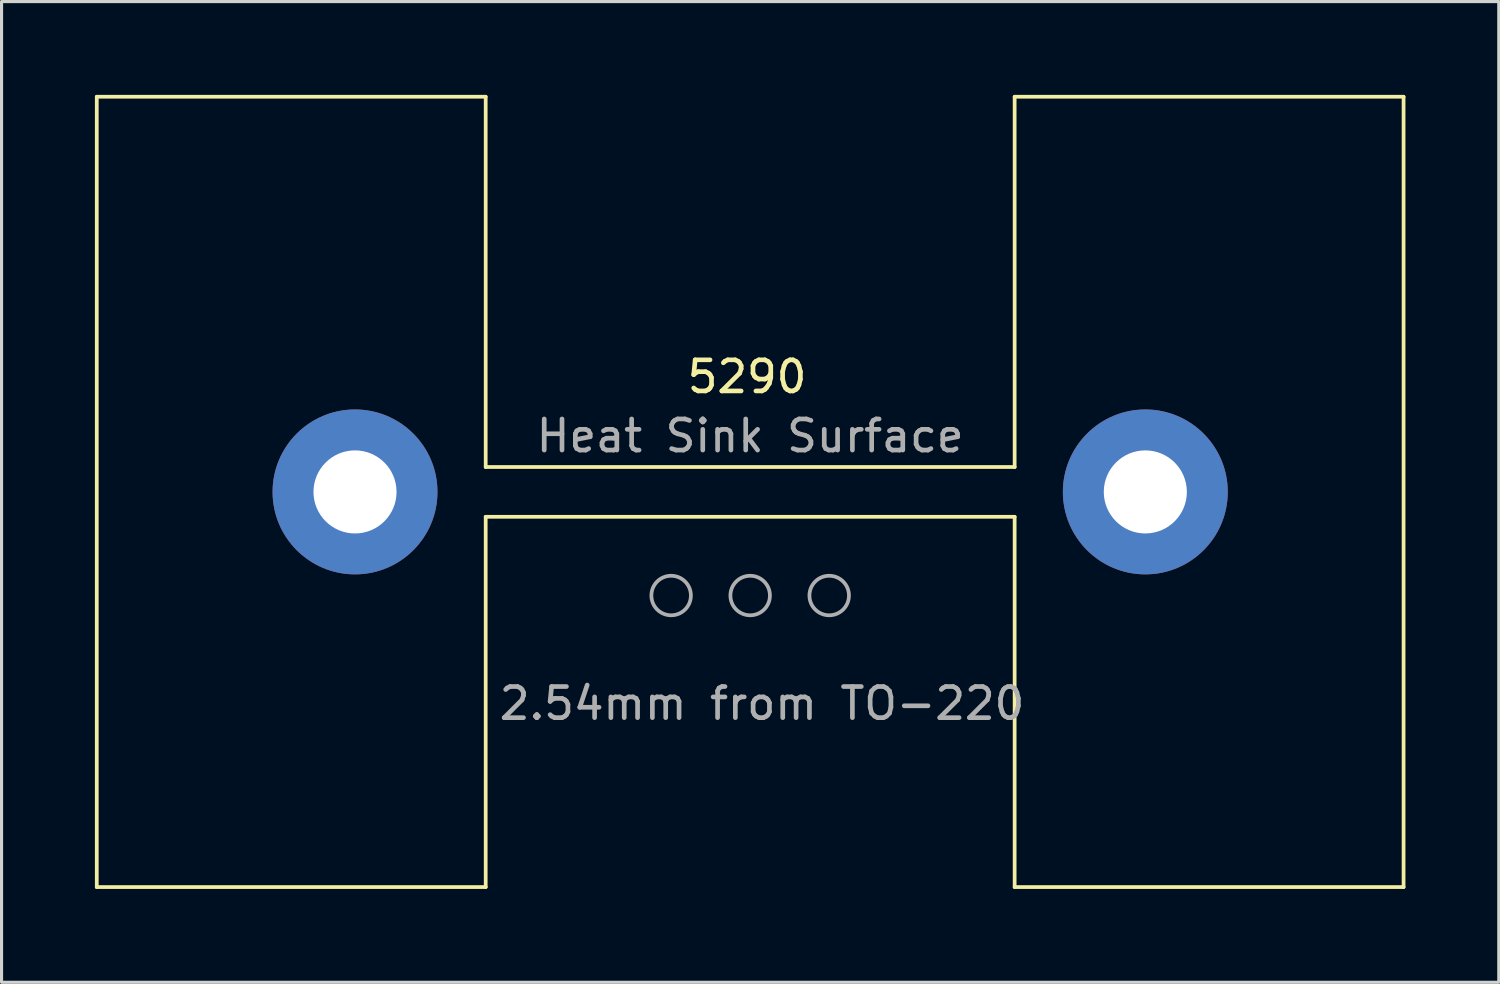
<source format=kicad_pcb>
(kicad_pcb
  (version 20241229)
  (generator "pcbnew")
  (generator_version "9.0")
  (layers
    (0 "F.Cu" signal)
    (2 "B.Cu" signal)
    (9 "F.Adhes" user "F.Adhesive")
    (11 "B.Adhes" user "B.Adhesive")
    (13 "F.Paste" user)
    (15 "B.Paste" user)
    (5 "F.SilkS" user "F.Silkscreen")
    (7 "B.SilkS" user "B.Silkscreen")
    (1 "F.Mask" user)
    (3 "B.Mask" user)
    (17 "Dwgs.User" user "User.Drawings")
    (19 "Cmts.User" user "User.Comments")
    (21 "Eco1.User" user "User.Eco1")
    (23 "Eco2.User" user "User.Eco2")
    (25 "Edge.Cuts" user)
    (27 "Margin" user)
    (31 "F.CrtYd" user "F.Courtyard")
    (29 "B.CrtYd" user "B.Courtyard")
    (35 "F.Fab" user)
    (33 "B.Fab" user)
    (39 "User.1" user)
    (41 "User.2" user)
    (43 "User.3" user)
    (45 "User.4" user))
  (footprint "5290"
    (layer "F.Cu")
    (at 21.06 12.76)
    (property "Reference" "5290" (at -0.1 -3.7 0) (layer "F.SilkS") (effects (font (size 1 1) (thickness 0.15))))
    (attr through_hole)
    (fp_line (start -21 -12.7) (end -8.5 -12.7) (stroke (width 0.12) (type solid)) (layer "F.SilkS"))
    (fp_line (start -21 12.7) (end -21 -12.7) (stroke (width 0.12) (type solid)) (layer "F.SilkS"))
    (fp_line (start -21 12.7) (end -8.5 12.7) (stroke (width 0.12) (type solid)) (layer "F.SilkS"))
    (fp_line (start -8.5 -12.7) (end -8.5 -0.8) (stroke (width 0.12) (type solid)) (layer "F.SilkS"))
    (fp_line (start -8.5 -0.8) (end 8.5 -0.8) (stroke (width 0.12) (type solid)) (layer "F.SilkS"))
    (fp_line (start -8.5 0.8) (end 8.5 0.8) (stroke (width 0.12) (type solid)) (layer "F.SilkS"))
    (fp_line (start -8.5 12.7) (end -8.5 0.8) (stroke (width 0.12) (type solid)) (layer "F.SilkS"))
    (fp_line (start 8.5 -12.7) (end 8.5 -0.8) (stroke (width 0.12) (type solid)) (layer "F.SilkS"))
    (fp_line (start 8.5 12.7) (end 8.5 0.8) (stroke (width 0.12) (type solid)) (layer "F.SilkS"))
    (fp_line (start 21 -12.7) (end 8.5 -12.7) (stroke (width 0.12) (type solid)) (layer "F.SilkS"))
    (fp_line (start 21 -12.7) (end 21 12.7) (stroke (width 0.12) (type solid)) (layer "F.SilkS"))
    (fp_line (start 21 12.7) (end 8.5 12.7) (stroke (width 0.12) (type solid)) (layer "F.SilkS"))
    (fp_circle (center -2.54 3.33) (end -1.905 3.33) (stroke (width 0.12) (type solid)) (fill no) (layer "F.Fab"))
    (fp_circle (center 0 3.33) (end 0.635 3.33) (stroke (width 0.12) (type solid)) (fill no) (layer "F.Fab"))
    (fp_circle (center 2.54 3.33) (end 3.175 3.33) (stroke (width 0.12) (type solid)) (fill no) (layer "F.Fab"))
    (fp_text user "Heat Sink Surface" (at 0 -1.8 0) (layer "F.Fab") (effects (font (size 1 1) (thickness 0.15))))
    (fp_text user " 2.54mm from TO-220" (at 0 6.8 0) (layer "F.Fab") (effects (font (size 1 1) (thickness 0.15))))
    (pad "1" thru_hole circle (at -12.7 0) (size 5.3 5.3) (drill 2.67) (layers "*.Cu" "*.Mask"))
    (pad "1" thru_hole circle (at 12.7 0) (size 5.3 5.3) (drill 2.67) (layers "*.Cu" "*.Mask")))
  (gr_rect
    (start -3 -3)
    (end 45.12 28.52)
    (stroke (width 0.1) (type default))
    (fill no)
    (layer "Edge.Cuts")))
</source>
